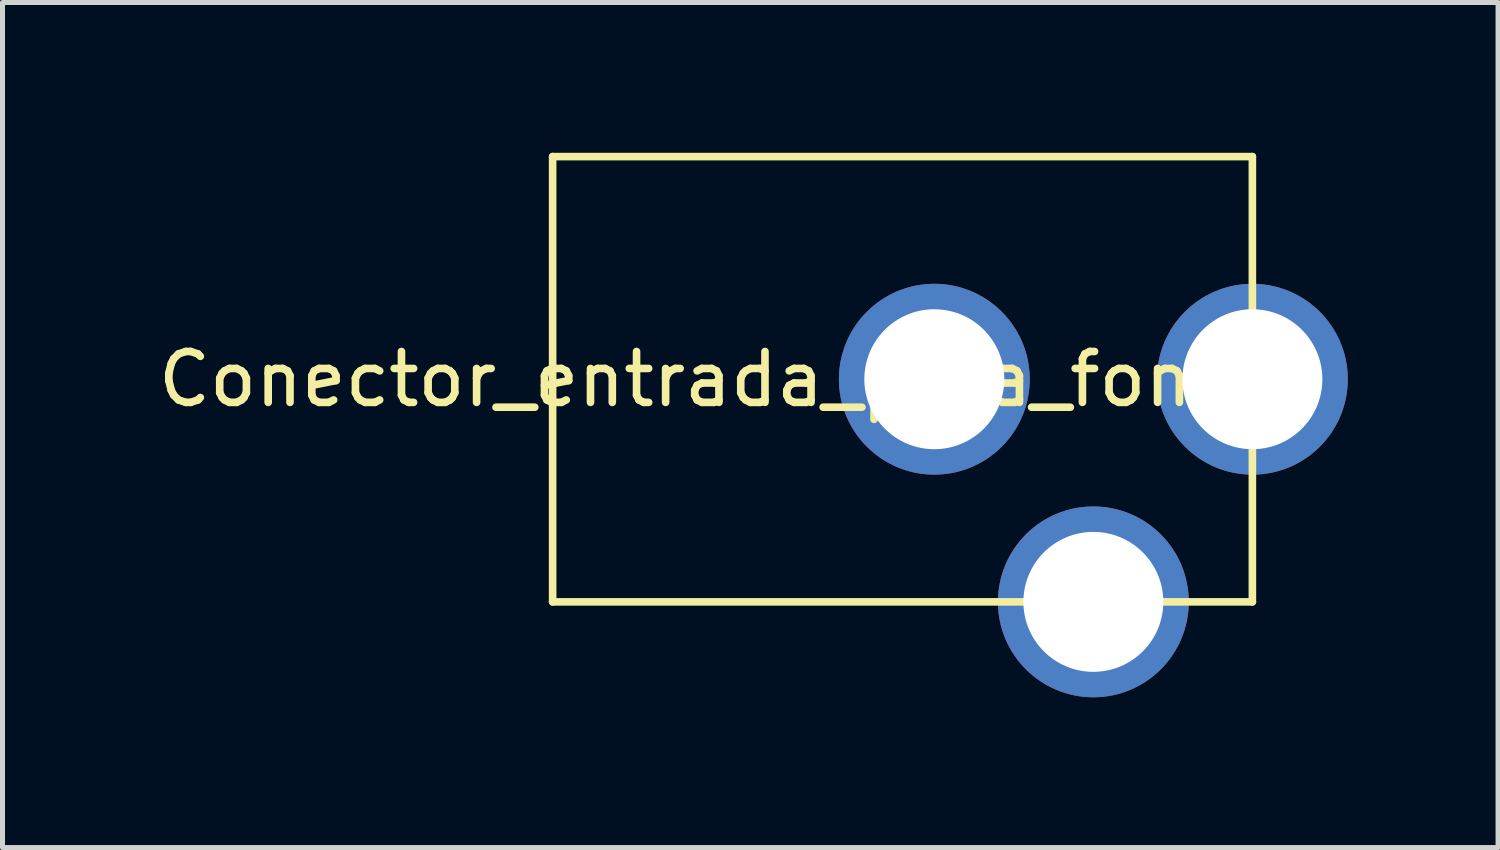
<source format=kicad_pcb>
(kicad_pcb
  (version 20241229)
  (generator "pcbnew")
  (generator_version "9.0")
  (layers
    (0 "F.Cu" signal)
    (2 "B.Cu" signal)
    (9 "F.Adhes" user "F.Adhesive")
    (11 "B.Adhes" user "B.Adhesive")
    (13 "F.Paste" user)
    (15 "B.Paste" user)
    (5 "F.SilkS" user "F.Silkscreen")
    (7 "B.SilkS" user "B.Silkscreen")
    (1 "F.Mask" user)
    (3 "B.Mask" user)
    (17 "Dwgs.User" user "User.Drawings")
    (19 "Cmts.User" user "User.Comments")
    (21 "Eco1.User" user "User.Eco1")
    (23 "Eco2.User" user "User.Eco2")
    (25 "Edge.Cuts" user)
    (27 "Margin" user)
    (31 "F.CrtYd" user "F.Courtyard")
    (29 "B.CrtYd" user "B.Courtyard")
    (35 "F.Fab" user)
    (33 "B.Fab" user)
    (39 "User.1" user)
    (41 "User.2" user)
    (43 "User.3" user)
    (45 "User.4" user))
  (footprint "Conector_entrada_para_fonte"
    (layer "F.Cu")
    (at 15.603 4.521)
    (property "Reference" "Conector_entrada_para_fonte" (at -4.445 0 0) (layer "F.SilkS") (effects (font (size 1.016 1.016) (thickness 0.152))))
    (attr through_hole)
    (fp_line (start -7.62 -4.445) (end 6.35 -4.445) (stroke (width 0.152) (type solid)) (layer "F.SilkS"))
    (fp_line (start -7.62 4.445) (end -7.62 -4.445) (stroke (width 0.152) (type solid)) (layer "F.SilkS"))
    (fp_line (start 6.35 -4.445) (end 6.35 4.445) (stroke (width 0.152) (type solid)) (layer "F.SilkS"))
    (fp_line (start 6.35 4.445) (end -7.62 4.445) (stroke (width 0.152) (type solid)) (layer "F.SilkS"))
    (pad "1" thru_hole circle (at 6.35 0) (size 3.81 3.81) (drill 2.794) (layers "*.Cu" "*.Mask"))
    (pad "2" thru_hole circle (at 0 0) (size 3.81 3.81) (drill 2.794) (layers "*.Cu" "*.Mask"))
    (pad "2" thru_hole circle (at 3.175 4.445) (size 3.81 3.81) (drill 2.794) (layers "*.Cu" "*.Mask")))
  (gr_rect
    (start -3 -3)
    (end 26.858 13.871)
    (stroke (width 0.1) (type default))
    (fill no)
    (layer "Edge.Cuts")))
</source>
